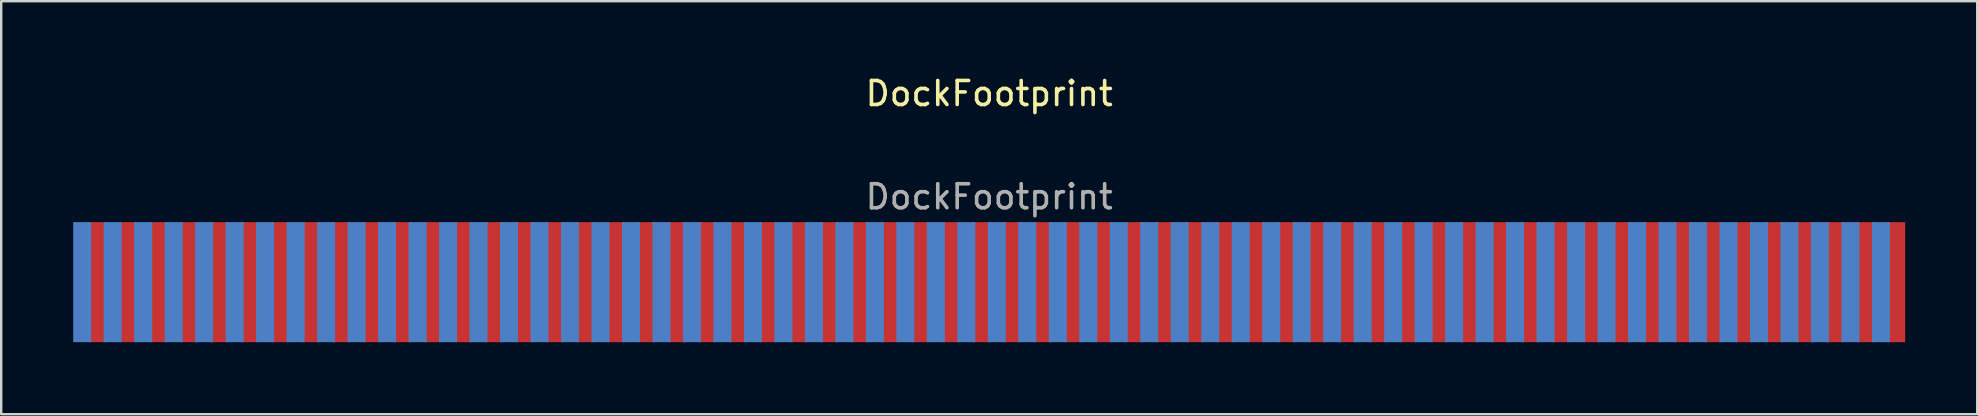
<source format=kicad_pcb>
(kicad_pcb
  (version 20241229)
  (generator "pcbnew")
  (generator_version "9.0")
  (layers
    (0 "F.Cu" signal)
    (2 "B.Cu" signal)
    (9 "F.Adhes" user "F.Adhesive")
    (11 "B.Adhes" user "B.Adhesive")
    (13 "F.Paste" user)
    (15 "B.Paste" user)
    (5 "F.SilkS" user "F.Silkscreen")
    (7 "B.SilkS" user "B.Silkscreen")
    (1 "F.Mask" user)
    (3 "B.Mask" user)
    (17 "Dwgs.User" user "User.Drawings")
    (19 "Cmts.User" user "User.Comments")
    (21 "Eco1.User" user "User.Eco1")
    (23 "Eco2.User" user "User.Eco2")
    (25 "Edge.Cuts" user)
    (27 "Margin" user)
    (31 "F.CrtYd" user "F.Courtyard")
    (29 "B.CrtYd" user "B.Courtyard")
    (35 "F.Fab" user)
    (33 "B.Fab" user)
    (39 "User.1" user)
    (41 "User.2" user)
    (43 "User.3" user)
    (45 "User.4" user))
  (footprint "DockFootprint"
    (layer "F.Cu")
    (at 38.157 8.704)
    (property "Reference" "DockFootprint" (at 0 -7.856 0) (unlocked yes) (layer "F.SilkS") (effects (font (size 1 1) (thickness 0.15))))
    (attr smd)
    (fp_text user "${REFERENCE}" (at 0 -3.556 0) (unlocked yes) (layer "F.Fab") (effects (font (size 1 1) (thickness 0.15))))
    (pad "1" smd rect (at -37.782 0) (size 0.75 5) (layers "B.Cu" "B.Mask"))
    (pad "2" smd rect (at -36.513 0) (size 0.75 5) (layers "B.Cu" "B.Mask"))
    (pad "3" smd rect (at -35.242 0) (size 0.75 5) (layers "B.Cu" "B.Mask"))
    (pad "4" smd rect (at -33.972 0) (size 0.75 5) (layers "B.Cu" "B.Mask"))
    (pad "5" smd rect (at -32.703 0) (size 0.75 5) (layers "B.Cu" "B.Mask"))
    (pad "6" smd rect (at -31.433 0) (size 0.75 5) (layers "B.Cu" "B.Mask"))
    (pad "7" smd rect (at -30.163 0) (size 0.75 5) (layers "B.Cu" "B.Mask"))
    (pad "8" smd rect (at -28.892 0) (size 0.75 5) (layers "B.Cu" "B.Mask"))
    (pad "9" smd rect (at -27.622 0) (size 0.75 5) (layers "B.Cu" "B.Mask"))
    (pad "10" smd rect (at -26.352 0) (size 0.75 5) (layers "B.Cu" "B.Mask"))
    (pad "11" smd rect (at -25.082 0) (size 0.75 5) (layers "B.Cu" "B.Mask"))
    (pad "12" smd rect (at -23.812 0) (size 0.75 5) (layers "B.Cu" "B.Mask"))
    (pad "13" smd rect (at -22.543 0) (size 0.75 5) (layers "B.Cu" "B.Mask"))
    (pad "14" smd rect (at -21.273 0) (size 0.75 5) (layers "B.Cu" "B.Mask"))
    (pad "15" smd rect (at -20.003 0) (size 0.75 5) (layers "B.Cu" "B.Mask"))
    (pad "16" smd rect (at -18.733 0) (size 0.75 5) (layers "B.Cu" "B.Mask"))
    (pad "17" smd rect (at -17.462 0) (size 0.75 5) (layers "B.Cu" "B.Mask"))
    (pad "18" smd rect (at -16.192 0) (size 0.75 5) (layers "B.Cu" "B.Mask"))
    (pad "19" smd rect (at -14.922 0) (size 0.75 5) (layers "B.Cu" "B.Mask"))
    (pad "20" smd rect (at -13.652 0) (size 0.75 5) (layers "B.Cu" "B.Mask"))
    (pad "21" smd rect (at -12.383 0) (size 0.75 5) (layers "B.Cu" "B.Mask"))
    (pad "22" smd rect (at -11.113 0) (size 0.75 5) (layers "B.Cu" "B.Mask"))
    (pad "23" smd rect (at -9.842 0) (size 0.75 5) (layers "B.Cu" "B.Mask"))
    (pad "24" smd rect (at -8.572 0) (size 0.75 5) (layers "B.Cu" "B.Mask"))
    (pad "25" smd rect (at -7.303 0) (size 0.75 5) (layers "B.Cu" "B.Mask"))
    (pad "26" smd rect (at -6.032 0) (size 0.75 5) (layers "B.Cu" "B.Mask"))
    (pad "27" smd rect (at -4.763 0) (size 0.75 5) (layers "B.Cu" "B.Mask"))
    (pad "28" smd rect (at -3.493 0) (size 0.75 5) (layers "B.Cu" "B.Mask"))
    (pad "29" smd rect (at -2.223 0) (size 0.75 5) (layers "B.Cu" "B.Mask"))
    (pad "30" smd rect (at -0.953 0) (size 0.75 5) (layers "B.Cu" "B.Mask"))
    (pad "31" smd rect (at 0.318 0) (size 0.75 5) (layers "B.Cu" "B.Mask"))
    (pad "32" smd rect (at 1.587 0) (size 0.75 5) (layers "B.Cu" "B.Mask"))
    (pad "33" smd rect (at 2.857 0) (size 0.75 5) (layers "B.Cu" "B.Mask"))
    (pad "34" smd rect (at 4.128 0) (size 0.75 5) (layers "B.Cu" "B.Mask"))
    (pad "35" smd rect (at 5.397 0) (size 0.75 5) (layers "B.Cu" "B.Mask"))
    (pad "36" smd rect (at 6.668 0) (size 0.75 5) (layers "B.Cu" "B.Mask"))
    (pad "37" smd rect (at 7.938 0) (size 0.75 5) (layers "B.Cu" "B.Mask"))
    (pad "38" smd rect (at 9.207 0) (size 0.75 5) (layers "B.Cu" "B.Mask"))
    (pad "39" smd rect (at 10.477 0) (size 0.75 5) (layers "B.Cu" "B.Mask"))
    (pad "40" smd rect (at 11.748 0) (size 0.75 5) (layers "B.Cu" "B.Mask"))
    (pad "41" smd rect (at 13.018 0) (size 0.75 5) (layers "B.Cu" "B.Mask"))
    (pad "42" smd rect (at 14.287 0) (size 0.75 5) (layers "B.Cu" "B.Mask"))
    (pad "43" smd rect (at 15.557 0) (size 0.75 5) (layers "B.Cu" "B.Mask"))
    (pad "44" smd rect (at 16.828 0) (size 0.75 5) (layers "B.Cu" "B.Mask"))
    (pad "45" smd rect (at 18.098 0) (size 0.75 5) (layers "B.Cu" "B.Mask"))
    (pad "46" smd rect (at 19.367 0) (size 0.75 5) (layers "B.Cu" "B.Mask"))
    (pad "47" smd rect (at 20.637 0) (size 0.75 5) (layers "B.Cu" "B.Mask"))
    (pad "48" smd rect (at 21.907 0) (size 0.75 5) (layers "B.Cu" "B.Mask"))
    (pad "49" smd rect (at 23.177 0) (size 0.75 5) (layers "B.Cu" "B.Mask"))
    (pad "50" smd rect (at 24.448 0) (size 0.75 5) (layers "B.Cu" "B.Mask"))
    (pad "51" smd rect (at 25.718 0) (size 0.75 5) (layers "B.Cu" "B.Mask"))
    (pad "52" smd rect (at 26.988 0) (size 0.75 5) (layers "B.Cu" "B.Mask"))
    (pad "53" smd rect (at 28.258 0) (size 0.75 5) (layers "B.Cu" "B.Mask"))
    (pad "54" smd rect (at 29.527 0) (size 0.75 5) (layers "B.Cu" "B.Mask"))
    (pad "55" smd rect (at 30.797 0) (size 0.75 5) (layers "B.Cu" "B.Mask"))
    (pad "56" smd rect (at 32.068 0) (size 0.75 5) (layers "B.Cu" "B.Mask"))
    (pad "57" smd rect (at 33.337 0) (size 0.75 5) (layers "B.Cu" "B.Mask"))
    (pad "58" smd rect (at 34.608 0) (size 0.75 5) (layers "B.Cu" "B.Mask"))
    (pad "59" smd rect (at 35.877 0) (size 0.75 5) (layers "B.Cu" "B.Mask"))
    (pad "60" smd rect (at 37.148 0) (size 0.75 5) (layers "B.Cu" "B.Mask"))
    (pad "61" smd rect (at -37.148 0) (size 0.75 5) (layers "F.Cu" "F.Mask"))
    (pad "62" smd rect (at -35.877 0) (size 0.75 5) (layers "F.Cu" "F.Mask"))
    (pad "63" smd rect (at -34.608 0) (size 0.75 5) (layers "F.Cu" "F.Mask"))
    (pad "64" smd rect (at -33.337 0) (size 0.75 5) (layers "F.Cu" "F.Mask"))
    (pad "65" smd rect (at -32.068 0) (size 0.75 5) (layers "F.Cu" "F.Mask"))
    (pad "66" smd rect (at -30.797 0) (size 0.75 5) (layers "F.Cu" "F.Mask"))
    (pad "67" smd rect (at -29.527 0) (size 0.75 5) (layers "F.Cu" "F.Mask"))
    (pad "68" smd rect (at -28.258 0) (size 0.75 5) (layers "F.Cu" "F.Mask"))
    (pad "69" smd rect (at -26.988 0) (size 0.75 5) (layers "F.Cu" "F.Mask"))
    (pad "70" smd rect (at -25.718 0) (size 0.75 5) (layers "F.Cu" "F.Mask"))
    (pad "71" smd rect (at -24.448 0) (size 0.75 5) (layers "F.Cu" "F.Mask"))
    (pad "72" smd rect (at -23.177 0) (size 0.75 5) (layers "F.Cu" "F.Mask"))
    (pad "73" smd rect (at -21.907 0) (size 0.75 5) (layers "F.Cu" "F.Mask"))
    (pad "74" smd rect (at -20.637 0) (size 0.75 5) (layers "F.Cu" "F.Mask"))
    (pad "75" smd rect (at -19.367 0) (size 0.75 5) (layers "F.Cu" "F.Mask"))
    (pad "76" smd rect (at -18.098 0) (size 0.75 5) (layers "F.Cu" "F.Mask"))
    (pad "77" smd rect (at -16.828 0) (size 0.75 5) (layers "F.Cu" "F.Mask"))
    (pad "78" smd rect (at -15.557 0) (size 0.75 5) (layers "F.Cu" "F.Mask"))
    (pad "79" smd rect (at -14.287 0) (size 0.75 5) (layers "F.Cu" "F.Mask"))
    (pad "80" smd rect (at -13.018 0) (size 0.75 5) (layers "F.Cu" "F.Mask"))
    (pad "81" smd rect (at -11.748 0) (size 0.75 5) (layers "F.Cu" "F.Mask"))
    (pad "82" smd rect (at -10.477 0) (size 0.75 5) (layers "F.Cu" "F.Mask"))
    (pad "83" smd rect (at -9.207 0) (size 0.75 5) (layers "F.Cu" "F.Mask"))
    (pad "84" smd rect (at -7.938 0) (size 0.75 5) (layers "F.Cu" "F.Mask"))
    (pad "85" smd rect (at -6.668 0) (size 0.75 5) (layers "F.Cu" "F.Mask"))
    (pad "86" smd rect (at -5.397 0) (size 0.75 5) (layers "F.Cu" "F.Mask"))
    (pad "87" smd rect (at -4.128 0) (size 0.75 5) (layers "F.Cu" "F.Mask"))
    (pad "88" smd rect (at -2.857 0) (size 0.75 5) (layers "F.Cu" "F.Mask"))
    (pad "89" smd rect (at -1.587 0) (size 0.75 5) (layers "F.Cu" "F.Mask"))
    (pad "90" smd rect (at -0.318 0) (size 0.75 5) (layers "F.Cu" "F.Mask"))
    (pad "91" smd rect (at 0.953 0) (size 0.75 5) (layers "F.Cu" "F.Mask"))
    (pad "92" smd rect (at 2.223 0) (size 0.75 5) (layers "F.Cu" "F.Mask"))
    (pad "93" smd rect (at 3.493 0) (size 0.75 5) (layers "F.Cu" "F.Mask"))
    (pad "94" smd rect (at 4.763 0) (size 0.75 5) (layers "F.Cu" "F.Mask"))
    (pad "95" smd rect (at 6.032 0) (size 0.75 5) (layers "F.Cu" "F.Mask"))
    (pad "96" smd rect (at 7.303 0) (size 0.75 5) (layers "F.Cu" "F.Mask"))
    (pad "97" smd rect (at 8.572 0) (size 0.75 5) (layers "F.Cu" "F.Mask"))
    (pad "98" smd rect (at 9.842 0) (size 0.75 5) (layers "F.Cu" "F.Mask"))
    (pad "99" smd rect (at 11.113 0) (size 0.75 5) (layers "F.Cu" "F.Mask"))
    (pad "100" smd rect (at 12.383 0) (size 0.75 5) (layers "F.Cu" "F.Mask"))
    (pad "101" smd rect (at 13.652 0) (size 0.75 5) (layers "F.Cu" "F.Mask"))
    (pad "102" smd rect (at 14.922 0) (size 0.75 5) (layers "F.Cu" "F.Mask"))
    (pad "103" smd rect (at 16.192 0) (size 0.75 5) (layers "F.Cu" "F.Mask"))
    (pad "104" smd rect (at 17.462 0) (size 0.75 5) (layers "F.Cu" "F.Mask"))
    (pad "105" smd rect (at 18.733 0) (size 0.75 5) (layers "F.Cu" "F.Mask"))
    (pad "106" smd rect (at 20.003 0) (size 0.75 5) (layers "F.Cu" "F.Mask"))
    (pad "107" smd rect (at 21.273 0) (size 0.75 5) (layers "F.Cu" "F.Mask"))
    (pad "108" smd rect (at 22.543 0) (size 0.75 5) (layers "F.Cu" "F.Mask"))
    (pad "109" smd rect (at 23.812 0) (size 0.75 5) (layers "F.Cu" "F.Mask"))
    (pad "110" smd rect (at 25.082 0) (size 0.75 5) (layers "F.Cu" "F.Mask"))
    (pad "111" smd rect (at 26.352 0) (size 0.75 5) (layers "F.Cu" "F.Mask"))
    (pad "112" smd rect (at 27.622 0) (size 0.75 5) (layers "F.Cu" "F.Mask"))
    (pad "113" smd rect (at 28.892 0) (size 0.75 5) (layers "F.Cu" "F.Mask"))
    (pad "114" smd rect (at 30.163 0) (size 0.75 5) (layers "F.Cu" "F.Mask"))
    (pad "115" smd rect (at 31.433 0) (size 0.75 5) (layers "F.Cu" "F.Mask"))
    (pad "116" smd rect (at 32.703 0) (size 0.75 5) (layers "F.Cu" "F.Mask"))
    (pad "117" smd rect (at 33.972 0) (size 0.75 5) (layers "F.Cu" "F.Mask"))
    (pad "118" smd rect (at 35.242 0) (size 0.75 5) (layers "F.Cu" "F.Mask"))
    (pad "119" smd rect (at 36.513 0) (size 0.75 5) (layers "F.Cu" "F.Mask"))
    (pad "120" smd rect (at 37.782 0) (size 0.75 5) (layers "F.Cu" "F.Mask")))
  (gr_rect
    (start -3 -3)
    (end 79.315 14.204)
    (stroke (width 0.1) (type default))
    (fill no)
    (layer "Edge.Cuts")))
</source>
